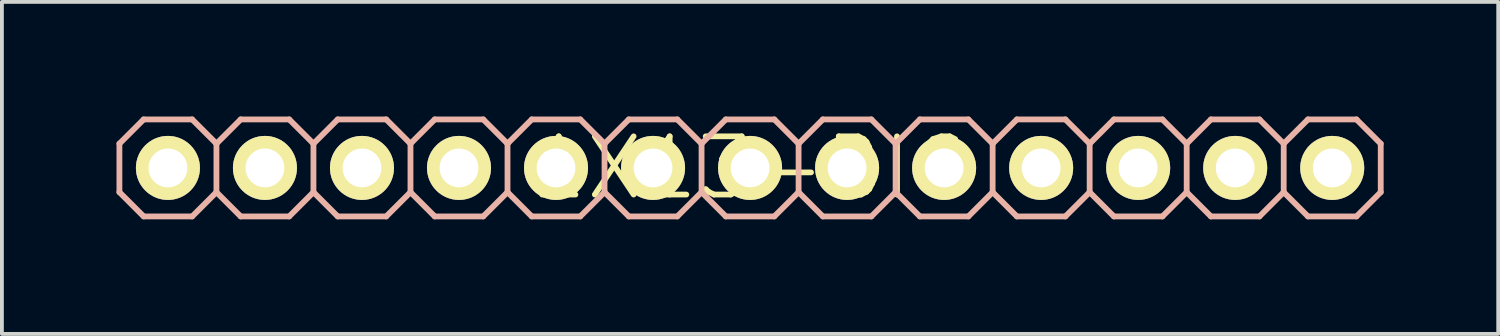
<source format=kicad_pcb>
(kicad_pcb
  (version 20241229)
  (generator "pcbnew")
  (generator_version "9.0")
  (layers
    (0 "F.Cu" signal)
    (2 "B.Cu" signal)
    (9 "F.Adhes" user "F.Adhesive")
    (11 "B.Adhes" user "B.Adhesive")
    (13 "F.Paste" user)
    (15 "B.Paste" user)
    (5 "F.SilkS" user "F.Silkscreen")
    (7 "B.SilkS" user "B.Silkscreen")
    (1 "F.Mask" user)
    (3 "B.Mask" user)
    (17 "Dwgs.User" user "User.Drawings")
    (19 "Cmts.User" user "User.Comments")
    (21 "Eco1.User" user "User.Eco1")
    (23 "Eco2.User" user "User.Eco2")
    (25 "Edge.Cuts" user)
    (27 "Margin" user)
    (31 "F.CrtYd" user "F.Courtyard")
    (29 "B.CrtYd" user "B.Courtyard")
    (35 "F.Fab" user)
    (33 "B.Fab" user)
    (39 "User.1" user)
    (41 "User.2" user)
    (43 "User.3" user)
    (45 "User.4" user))
  (footprint "1X13-BIG"
    (layer "F.Cu")
    (at 16.586 1.346)
    (property "Reference" "1X13-BIG" (at 0 0 0) (layer "F.SilkS") (effects (font (size 1.524 1.524) (thickness 0.15))))
    (attr exclude_from_pos_files exclude_from_bom)
    (fp_line (start -15.494 -0.254) (end -14.986 -0.254) (stroke (width 0.066) (type solid)) (layer "F.SilkS"))
    (fp_line (start -15.494 0.254) (end -15.494 -0.254) (stroke (width 0.066) (type solid)) (layer "F.SilkS"))
    (fp_line (start -15.494 0.254) (end -14.986 0.254) (stroke (width 0.066) (type solid)) (layer "F.SilkS"))
    (fp_line (start -14.986 0.254) (end -14.986 -0.254) (stroke (width 0.066) (type solid)) (layer "F.SilkS"))
    (fp_line (start -12.954 -0.254) (end -12.446 -0.254) (stroke (width 0.066) (type solid)) (layer "F.SilkS"))
    (fp_line (start -12.954 0.254) (end -12.954 -0.254) (stroke (width 0.066) (type solid)) (layer "F.SilkS"))
    (fp_line (start -12.954 0.254) (end -12.446 0.254) (stroke (width 0.066) (type solid)) (layer "F.SilkS"))
    (fp_line (start -12.446 0.254) (end -12.446 -0.254) (stroke (width 0.066) (type solid)) (layer "F.SilkS"))
    (fp_line (start -10.414 -0.254) (end -9.906 -0.254) (stroke (width 0.066) (type solid)) (layer "F.SilkS"))
    (fp_line (start -10.414 0.254) (end -10.414 -0.254) (stroke (width 0.066) (type solid)) (layer "F.SilkS"))
    (fp_line (start -10.414 0.254) (end -9.906 0.254) (stroke (width 0.066) (type solid)) (layer "F.SilkS"))
    (fp_line (start -9.906 0.254) (end -9.906 -0.254) (stroke (width 0.066) (type solid)) (layer "F.SilkS"))
    (fp_line (start -7.874 -0.254) (end -7.366 -0.254) (stroke (width 0.066) (type solid)) (layer "F.SilkS"))
    (fp_line (start -7.874 0.254) (end -7.874 -0.254) (stroke (width 0.066) (type solid)) (layer "F.SilkS"))
    (fp_line (start -7.874 0.254) (end -7.366 0.254) (stroke (width 0.066) (type solid)) (layer "F.SilkS"))
    (fp_line (start -7.366 0.254) (end -7.366 -0.254) (stroke (width 0.066) (type solid)) (layer "F.SilkS"))
    (fp_line (start -5.334 -0.254) (end -4.826 -0.254) (stroke (width 0.066) (type solid)) (layer "F.SilkS"))
    (fp_line (start -5.334 0.254) (end -5.334 -0.254) (stroke (width 0.066) (type solid)) (layer "F.SilkS"))
    (fp_line (start -5.334 0.254) (end -4.826 0.254) (stroke (width 0.066) (type solid)) (layer "F.SilkS"))
    (fp_line (start -4.826 0.254) (end -4.826 -0.254) (stroke (width 0.066) (type solid)) (layer "F.SilkS"))
    (fp_line (start -2.794 -0.254) (end -2.286 -0.254) (stroke (width 0.066) (type solid)) (layer "F.SilkS"))
    (fp_line (start -2.794 0.254) (end -2.794 -0.254) (stroke (width 0.066) (type solid)) (layer "F.SilkS"))
    (fp_line (start -2.794 0.254) (end -2.286 0.254) (stroke (width 0.066) (type solid)) (layer "F.SilkS"))
    (fp_line (start -2.286 0.254) (end -2.286 -0.254) (stroke (width 0.066) (type solid)) (layer "F.SilkS"))
    (fp_line (start -0.254 -0.254) (end 0.254 -0.254) (stroke (width 0.066) (type solid)) (layer "F.SilkS"))
    (fp_line (start -0.254 0.254) (end -0.254 -0.254) (stroke (width 0.066) (type solid)) (layer "F.SilkS"))
    (fp_line (start -0.254 0.254) (end 0.254 0.254) (stroke (width 0.066) (type solid)) (layer "F.SilkS"))
    (fp_line (start 0.254 0.254) (end 0.254 -0.254) (stroke (width 0.066) (type solid)) (layer "F.SilkS"))
    (fp_line (start 2.286 -0.254) (end 2.794 -0.254) (stroke (width 0.066) (type solid)) (layer "F.SilkS"))
    (fp_line (start 2.286 0.254) (end 2.286 -0.254) (stroke (width 0.066) (type solid)) (layer "F.SilkS"))
    (fp_line (start 2.286 0.254) (end 2.794 0.254) (stroke (width 0.066) (type solid)) (layer "F.SilkS"))
    (fp_line (start 2.794 0.254) (end 2.794 -0.254) (stroke (width 0.066) (type solid)) (layer "F.SilkS"))
    (fp_line (start 4.826 -0.254) (end 5.334 -0.254) (stroke (width 0.066) (type solid)) (layer "F.SilkS"))
    (fp_line (start 4.826 0.254) (end 4.826 -0.254) (stroke (width 0.066) (type solid)) (layer "F.SilkS"))
    (fp_line (start 4.826 0.254) (end 5.334 0.254) (stroke (width 0.066) (type solid)) (layer "F.SilkS"))
    (fp_line (start 5.334 0.254) (end 5.334 -0.254) (stroke (width 0.066) (type solid)) (layer "F.SilkS"))
    (fp_line (start 7.366 -0.254) (end 7.874 -0.254) (stroke (width 0.066) (type solid)) (layer "F.SilkS"))
    (fp_line (start 7.366 0.254) (end 7.366 -0.254) (stroke (width 0.066) (type solid)) (layer "F.SilkS"))
    (fp_line (start 7.366 0.254) (end 7.874 0.254) (stroke (width 0.066) (type solid)) (layer "F.SilkS"))
    (fp_line (start 7.874 0.254) (end 7.874 -0.254) (stroke (width 0.066) (type solid)) (layer "F.SilkS"))
    (fp_line (start 9.906 -0.254) (end 10.414 -0.254) (stroke (width 0.066) (type solid)) (layer "F.SilkS"))
    (fp_line (start 9.906 0.254) (end 9.906 -0.254) (stroke (width 0.066) (type solid)) (layer "F.SilkS"))
    (fp_line (start 9.906 0.254) (end 10.414 0.254) (stroke (width 0.066) (type solid)) (layer "F.SilkS"))
    (fp_line (start 10.414 0.254) (end 10.414 -0.254) (stroke (width 0.066) (type solid)) (layer "F.SilkS"))
    (fp_line (start 12.446 -0.254) (end 12.954 -0.254) (stroke (width 0.066) (type solid)) (layer "F.SilkS"))
    (fp_line (start 12.446 0.254) (end 12.446 -0.254) (stroke (width 0.066) (type solid)) (layer "F.SilkS"))
    (fp_line (start 12.446 0.254) (end 12.954 0.254) (stroke (width 0.066) (type solid)) (layer "F.SilkS"))
    (fp_line (start 12.954 0.254) (end 12.954 -0.254) (stroke (width 0.066) (type solid)) (layer "F.SilkS"))
    (fp_line (start 14.986 -0.254) (end 15.494 -0.254) (stroke (width 0.066) (type solid)) (layer "F.SilkS"))
    (fp_line (start 14.986 0.254) (end 14.986 -0.254) (stroke (width 0.066) (type solid)) (layer "F.SilkS"))
    (fp_line (start 14.986 0.254) (end 15.494 0.254) (stroke (width 0.066) (type solid)) (layer "F.SilkS"))
    (fp_line (start 15.494 0.254) (end 15.494 -0.254) (stroke (width 0.066) (type solid)) (layer "F.SilkS"))
    (fp_line (start -16.51 -0.635) (end -16.51 0.635) (stroke (width 0.152) (type solid)) (layer "B.SilkS"))
    (fp_line (start -16.51 0.635) (end -15.875 1.27) (stroke (width 0.152) (type solid)) (layer "B.SilkS"))
    (fp_line (start -15.875 -1.27) (end -16.51 -0.635) (stroke (width 0.152) (type solid)) (layer "B.SilkS"))
    (fp_line (start -15.875 -1.27) (end -14.605 -1.27) (stroke (width 0.152) (type solid)) (layer "B.SilkS"))
    (fp_line (start -14.605 -1.27) (end -13.97 -0.635) (stroke (width 0.152) (type solid)) (layer "B.SilkS"))
    (fp_line (start -14.605 1.27) (end -15.875 1.27) (stroke (width 0.152) (type solid)) (layer "B.SilkS"))
    (fp_line (start -13.97 -0.635) (end -13.97 0.635) (stroke (width 0.152) (type solid)) (layer "B.SilkS"))
    (fp_line (start -13.97 -0.635) (end -13.335 -1.27) (stroke (width 0.152) (type solid)) (layer "B.SilkS"))
    (fp_line (start -13.97 0.635) (end -14.605 1.27) (stroke (width 0.152) (type solid)) (layer "B.SilkS"))
    (fp_line (start -13.335 -1.27) (end -12.065 -1.27) (stroke (width 0.152) (type solid)) (layer "B.SilkS"))
    (fp_line (start -13.335 1.27) (end -13.97 0.635) (stroke (width 0.152) (type solid)) (layer "B.SilkS"))
    (fp_line (start -12.065 -1.27) (end -11.43 -0.635) (stroke (width 0.152) (type solid)) (layer "B.SilkS"))
    (fp_line (start -12.065 1.27) (end -13.335 1.27) (stroke (width 0.152) (type solid)) (layer "B.SilkS"))
    (fp_line (start -11.43 -0.635) (end -11.43 0.635) (stroke (width 0.152) (type solid)) (layer "B.SilkS"))
    (fp_line (start -11.43 -0.635) (end -10.795 -1.27) (stroke (width 0.152) (type solid)) (layer "B.SilkS"))
    (fp_line (start -11.43 0.635) (end -12.065 1.27) (stroke (width 0.152) (type solid)) (layer "B.SilkS"))
    (fp_line (start -10.795 -1.27) (end -9.525 -1.27) (stroke (width 0.152) (type solid)) (layer "B.SilkS"))
    (fp_line (start -10.795 1.27) (end -11.43 0.635) (stroke (width 0.152) (type solid)) (layer "B.SilkS"))
    (fp_line (start -9.525 -1.27) (end -8.89 -0.635) (stroke (width 0.152) (type solid)) (layer "B.SilkS"))
    (fp_line (start -9.525 1.27) (end -10.795 1.27) (stroke (width 0.152) (type solid)) (layer "B.SilkS"))
    (fp_line (start -8.89 -0.635) (end -8.89 0.635) (stroke (width 0.152) (type solid)) (layer "B.SilkS"))
    (fp_line (start -8.89 0.635) (end -9.525 1.27) (stroke (width 0.152) (type solid)) (layer "B.SilkS"))
    (fp_line (start -8.89 0.635) (end -8.255 1.27) (stroke (width 0.152) (type solid)) (layer "B.SilkS"))
    (fp_line (start -8.255 -1.27) (end -8.89 -0.635) (stroke (width 0.152) (type solid)) (layer "B.SilkS"))
    (fp_line (start -8.255 -1.27) (end -6.985 -1.27) (stroke (width 0.152) (type solid)) (layer "B.SilkS"))
    (fp_line (start -6.985 -1.27) (end -6.35 -0.635) (stroke (width 0.152) (type solid)) (layer "B.SilkS"))
    (fp_line (start -6.985 1.27) (end -8.255 1.27) (stroke (width 0.152) (type solid)) (layer "B.SilkS"))
    (fp_line (start -6.35 -0.635) (end -6.35 0.635) (stroke (width 0.152) (type solid)) (layer "B.SilkS"))
    (fp_line (start -6.35 -0.635) (end -5.715 -1.27) (stroke (width 0.152) (type solid)) (layer "B.SilkS"))
    (fp_line (start -6.35 0.635) (end -6.985 1.27) (stroke (width 0.152) (type solid)) (layer "B.SilkS"))
    (fp_line (start -5.715 -1.27) (end -4.445 -1.27) (stroke (width 0.152) (type solid)) (layer "B.SilkS"))
    (fp_line (start -5.715 1.27) (end -6.35 0.635) (stroke (width 0.152) (type solid)) (layer "B.SilkS"))
    (fp_line (start -4.445 -1.27) (end -3.81 -0.635) (stroke (width 0.152) (type solid)) (layer "B.SilkS"))
    (fp_line (start -4.445 1.27) (end -5.715 1.27) (stroke (width 0.152) (type solid)) (layer "B.SilkS"))
    (fp_line (start -3.81 -0.635) (end -3.81 0.635) (stroke (width 0.152) (type solid)) (layer "B.SilkS"))
    (fp_line (start -3.81 -0.635) (end -3.175 -1.27) (stroke (width 0.152) (type solid)) (layer "B.SilkS"))
    (fp_line (start -3.81 0.635) (end -4.445 1.27) (stroke (width 0.152) (type solid)) (layer "B.SilkS"))
    (fp_line (start -3.175 -1.27) (end -1.905 -1.27) (stroke (width 0.152) (type solid)) (layer "B.SilkS"))
    (fp_line (start -3.175 1.27) (end -3.81 0.635) (stroke (width 0.152) (type solid)) (layer "B.SilkS"))
    (fp_line (start -1.905 -1.27) (end -1.27 -0.635) (stroke (width 0.152) (type solid)) (layer "B.SilkS"))
    (fp_line (start -1.905 1.27) (end -3.175 1.27) (stroke (width 0.152) (type solid)) (layer "B.SilkS"))
    (fp_line (start -1.27 -0.635) (end -1.27 0.635) (stroke (width 0.152) (type solid)) (layer "B.SilkS"))
    (fp_line (start -1.27 0.635) (end -1.905 1.27) (stroke (width 0.152) (type solid)) (layer "B.SilkS"))
    (fp_line (start -1.27 0.635) (end -0.635 1.27) (stroke (width 0.152) (type solid)) (layer "B.SilkS"))
    (fp_line (start -0.635 -1.27) (end -1.27 -0.635) (stroke (width 0.152) (type solid)) (layer "B.SilkS"))
    (fp_line (start -0.635 -1.27) (end 0.635 -1.27) (stroke (width 0.152) (type solid)) (layer "B.SilkS"))
    (fp_line (start 0.635 -1.27) (end 1.27 -0.635) (stroke (width 0.152) (type solid)) (layer "B.SilkS"))
    (fp_line (start 0.635 1.27) (end -0.635 1.27) (stroke (width 0.152) (type solid)) (layer "B.SilkS"))
    (fp_line (start 1.27 -0.635) (end 1.27 0.635) (stroke (width 0.152) (type solid)) (layer "B.SilkS"))
    (fp_line (start 1.27 -0.635) (end 1.905 -1.27) (stroke (width 0.152) (type solid)) (layer "B.SilkS"))
    (fp_line (start 1.27 0.635) (end 0.635 1.27) (stroke (width 0.152) (type solid)) (layer "B.SilkS"))
    (fp_line (start 1.905 -1.27) (end 3.175 -1.27) (stroke (width 0.152) (type solid)) (layer "B.SilkS"))
    (fp_line (start 1.905 1.27) (end 1.27 0.635) (stroke (width 0.152) (type solid)) (layer "B.SilkS"))
    (fp_line (start 3.175 -1.27) (end 3.81 -0.635) (stroke (width 0.152) (type solid)) (layer "B.SilkS"))
    (fp_line (start 3.175 1.27) (end 1.905 1.27) (stroke (width 0.152) (type solid)) (layer "B.SilkS"))
    (fp_line (start 3.81 -0.635) (end 3.81 0.635) (stroke (width 0.152) (type solid)) (layer "B.SilkS"))
    (fp_line (start 3.81 -0.635) (end 4.445 -1.27) (stroke (width 0.152) (type solid)) (layer "B.SilkS"))
    (fp_line (start 3.81 0.635) (end 3.175 1.27) (stroke (width 0.152) (type solid)) (layer "B.SilkS"))
    (fp_line (start 4.445 -1.27) (end 5.715 -1.27) (stroke (width 0.152) (type solid)) (layer "B.SilkS"))
    (fp_line (start 4.445 1.27) (end 3.81 0.635) (stroke (width 0.152) (type solid)) (layer "B.SilkS"))
    (fp_line (start 5.715 -1.27) (end 6.35 -0.635) (stroke (width 0.152) (type solid)) (layer "B.SilkS"))
    (fp_line (start 5.715 1.27) (end 4.445 1.27) (stroke (width 0.152) (type solid)) (layer "B.SilkS"))
    (fp_line (start 6.35 -0.635) (end 6.35 0.635) (stroke (width 0.152) (type solid)) (layer "B.SilkS"))
    (fp_line (start 6.35 0.635) (end 5.715 1.27) (stroke (width 0.152) (type solid)) (layer "B.SilkS"))
    (fp_line (start 6.35 0.635) (end 6.985 1.27) (stroke (width 0.152) (type solid)) (layer "B.SilkS"))
    (fp_line (start 6.985 -1.27) (end 6.35 -0.635) (stroke (width 0.152) (type solid)) (layer "B.SilkS"))
    (fp_line (start 6.985 -1.27) (end 8.255 -1.27) (stroke (width 0.152) (type solid)) (layer "B.SilkS"))
    (fp_line (start 8.255 -1.27) (end 8.89 -0.635) (stroke (width 0.152) (type solid)) (layer "B.SilkS"))
    (fp_line (start 8.255 1.27) (end 6.985 1.27) (stroke (width 0.152) (type solid)) (layer "B.SilkS"))
    (fp_line (start 8.89 -0.635) (end 8.89 0.635) (stroke (width 0.152) (type solid)) (layer "B.SilkS"))
    (fp_line (start 8.89 -0.635) (end 9.525 -1.27) (stroke (width 0.152) (type solid)) (layer "B.SilkS"))
    (fp_line (start 8.89 0.635) (end 8.255 1.27) (stroke (width 0.152) (type solid)) (layer "B.SilkS"))
    (fp_line (start 9.525 -1.27) (end 10.795 -1.27) (stroke (width 0.152) (type solid)) (layer "B.SilkS"))
    (fp_line (start 9.525 1.27) (end 8.89 0.635) (stroke (width 0.152) (type solid)) (layer "B.SilkS"))
    (fp_line (start 10.795 -1.27) (end 11.43 -0.635) (stroke (width 0.152) (type solid)) (layer "B.SilkS"))
    (fp_line (start 10.795 1.27) (end 9.525 1.27) (stroke (width 0.152) (type solid)) (layer "B.SilkS"))
    (fp_line (start 11.43 -0.635) (end 11.43 0.635) (stroke (width 0.152) (type solid)) (layer "B.SilkS"))
    (fp_line (start 11.43 -0.635) (end 12.065 -1.27) (stroke (width 0.152) (type solid)) (layer "B.SilkS"))
    (fp_line (start 11.43 0.635) (end 10.795 1.27) (stroke (width 0.152) (type solid)) (layer "B.SilkS"))
    (fp_line (start 12.065 -1.27) (end 13.335 -1.27) (stroke (width 0.152) (type solid)) (layer "B.SilkS"))
    (fp_line (start 12.065 1.27) (end 11.43 0.635) (stroke (width 0.152) (type solid)) (layer "B.SilkS"))
    (fp_line (start 13.335 -1.27) (end 13.97 -0.635) (stroke (width 0.152) (type solid)) (layer "B.SilkS"))
    (fp_line (start 13.335 1.27) (end 12.065 1.27) (stroke (width 0.152) (type solid)) (layer "B.SilkS"))
    (fp_line (start 13.97 -0.635) (end 13.97 0.635) (stroke (width 0.152) (type solid)) (layer "B.SilkS"))
    (fp_line (start 13.97 -0.635) (end 14.605 -1.27) (stroke (width 0.152) (type solid)) (layer "B.SilkS"))
    (fp_line (start 13.97 0.635) (end 13.335 1.27) (stroke (width 0.152) (type solid)) (layer "B.SilkS"))
    (fp_line (start 14.605 -1.27) (end 15.875 -1.27) (stroke (width 0.152) (type solid)) (layer "B.SilkS"))
    (fp_line (start 14.605 1.27) (end 13.97 0.635) (stroke (width 0.152) (type solid)) (layer "B.SilkS"))
    (fp_line (start 15.875 -1.27) (end 16.51 -0.635) (stroke (width 0.152) (type solid)) (layer "B.SilkS"))
    (fp_line (start 15.875 1.27) (end 14.605 1.27) (stroke (width 0.152) (type solid)) (layer "B.SilkS"))
    (fp_line (start 16.51 -0.635) (end 16.51 0.635) (stroke (width 0.152) (type solid)) (layer "B.SilkS"))
    (fp_line (start 16.51 0.635) (end 15.875 1.27) (stroke (width 0.152) (type solid)) (layer "B.SilkS"))
    (pad "1" thru_hole circle (at -15.24 0) (size 1.676 1.676) (drill 1.016) (layers "*.Cu" "F.Mask" "F.SilkS" "F.Paste"))
    (pad "2" thru_hole circle (at -12.7 0) (size 1.676 1.676) (drill 1.016) (layers "*.Cu" "F.Mask" "F.SilkS" "F.Paste"))
    (pad "3" thru_hole circle (at -10.16 0) (size 1.676 1.676) (drill 1.016) (layers "*.Cu" "F.Mask" "F.SilkS" "F.Paste"))
    (pad "4" thru_hole circle (at -7.62 0) (size 1.676 1.676) (drill 1.016) (layers "*.Cu" "F.Mask" "F.SilkS" "F.Paste"))
    (pad "5" thru_hole circle (at -5.08 0) (size 1.676 1.676) (drill 1.016) (layers "*.Cu" "F.Mask" "F.SilkS" "F.Paste"))
    (pad "6" thru_hole circle (at -2.54 0) (size 1.676 1.676) (drill 1.016) (layers "*.Cu" "F.Mask" "F.SilkS" "F.Paste"))
    (pad "7" thru_hole circle (at 0 0) (size 1.676 1.676) (drill 1.016) (layers "*.Cu" "F.Mask" "F.SilkS" "F.Paste"))
    (pad "8" thru_hole circle (at 2.54 0) (size 1.676 1.676) (drill 1.016) (layers "*.Cu" "F.Mask" "F.SilkS" "F.Paste"))
    (pad "9" thru_hole circle (at 5.08 0) (size 1.676 1.676) (drill 1.016) (layers "*.Cu" "F.Mask" "F.SilkS" "F.Paste"))
    (pad "10" thru_hole circle (at 7.62 0) (size 1.676 1.676) (drill 1.016) (layers "*.Cu" "F.Mask" "F.SilkS" "F.Paste"))
    (pad "11" thru_hole circle (at 10.16 0) (size 1.676 1.676) (drill 1.016) (layers "*.Cu" "F.Mask" "F.SilkS" "F.Paste"))
    (pad "12" thru_hole circle (at 12.7 0) (size 1.676 1.676) (drill 1.016) (layers "*.Cu" "F.Mask" "F.SilkS" "F.Paste"))
    (pad "13" thru_hole circle (at 15.24 0) (size 1.676 1.676) (drill 1.016) (layers "*.Cu" "F.Mask" "F.SilkS" "F.Paste")))
  (gr_rect
    (start -3 -3)
    (end 36.172 5.692)
    (stroke (width 0.1) (type default))
    (fill no)
    (layer "Edge.Cuts")))
</source>
